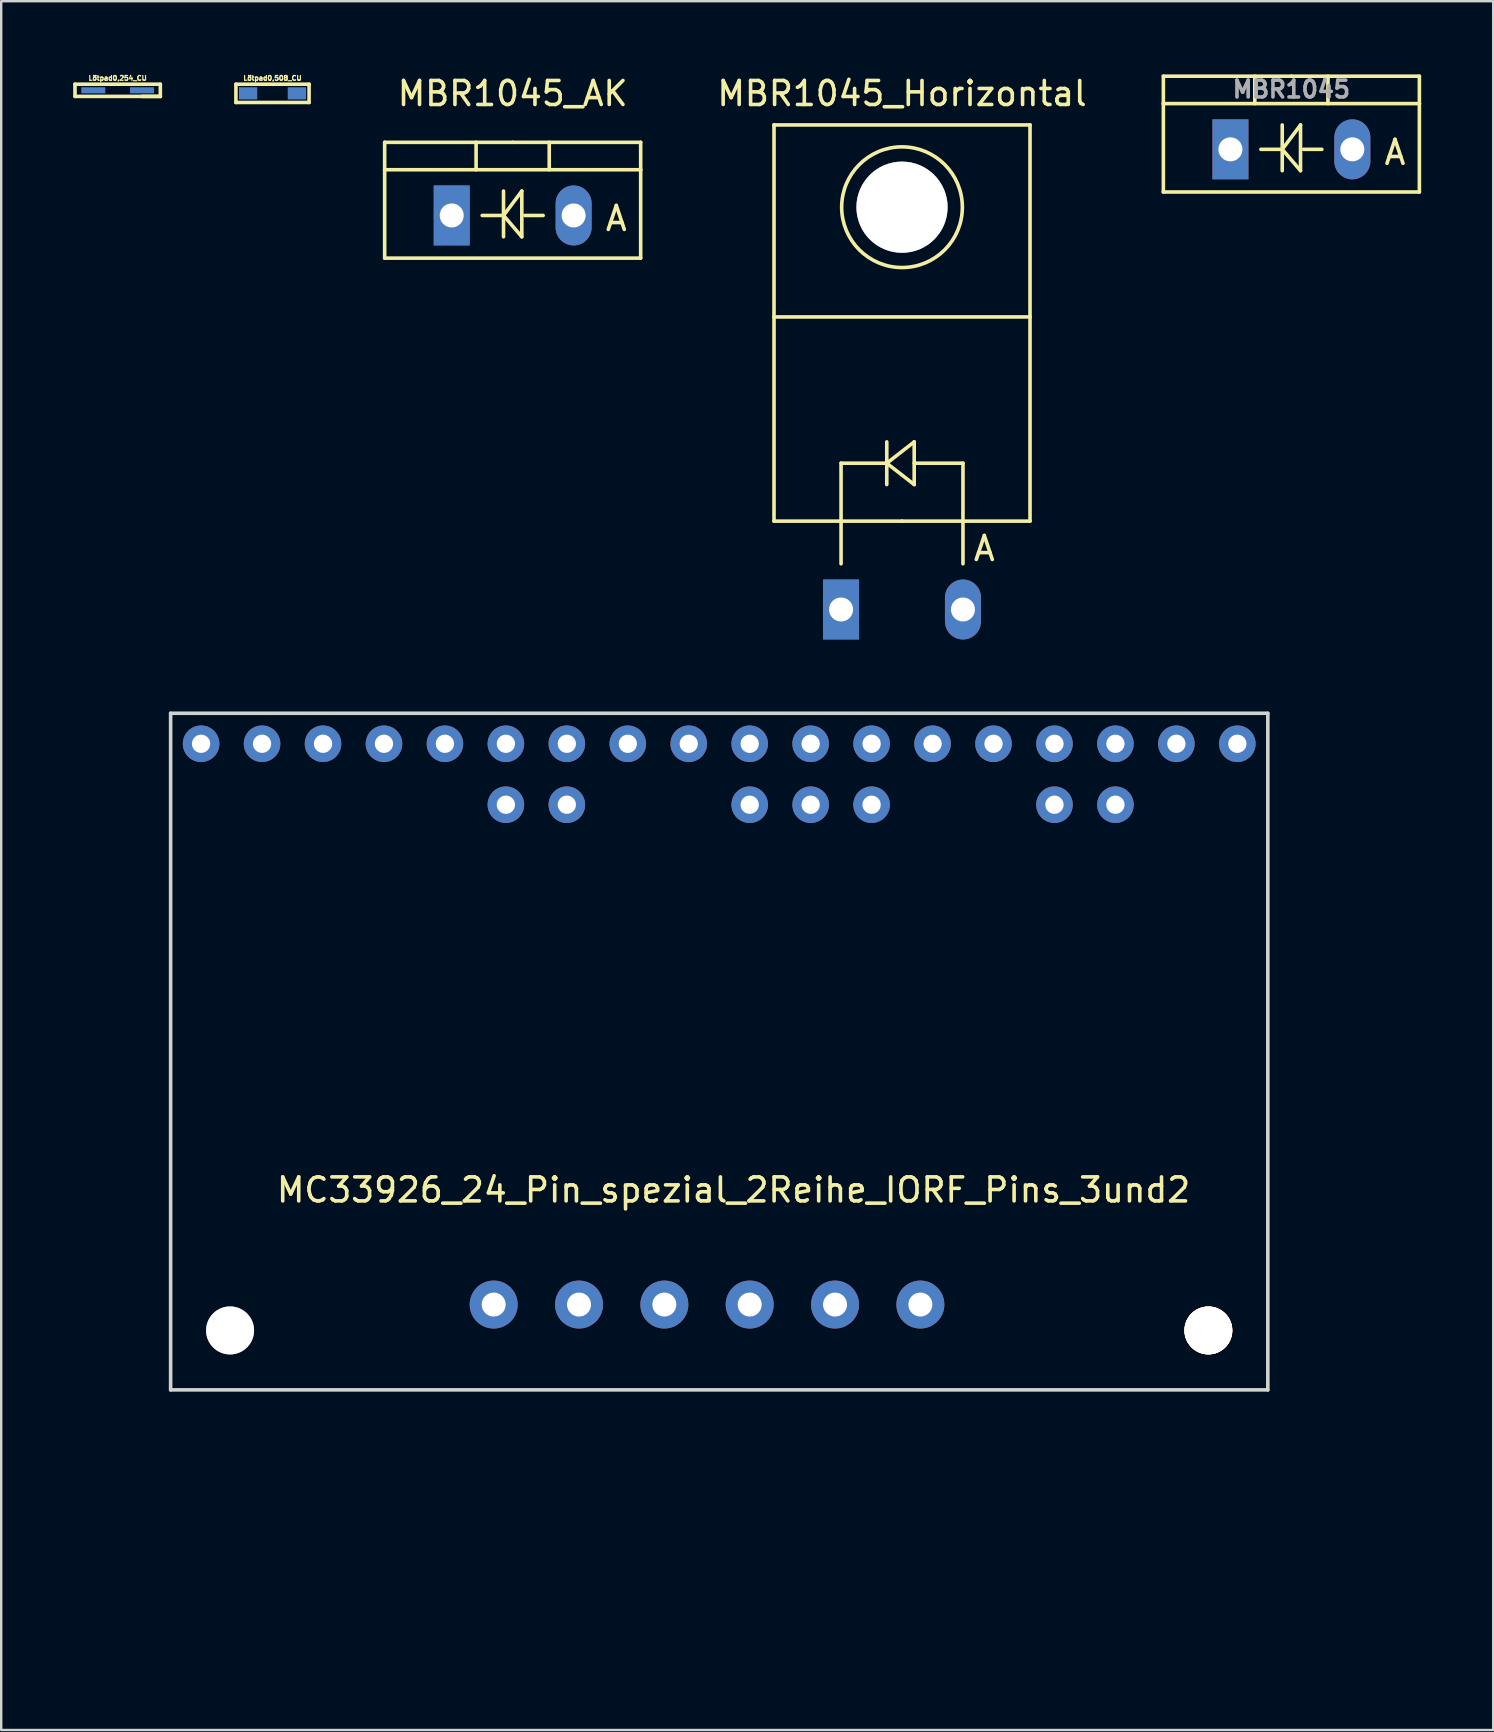
<source format=kicad_pcb>
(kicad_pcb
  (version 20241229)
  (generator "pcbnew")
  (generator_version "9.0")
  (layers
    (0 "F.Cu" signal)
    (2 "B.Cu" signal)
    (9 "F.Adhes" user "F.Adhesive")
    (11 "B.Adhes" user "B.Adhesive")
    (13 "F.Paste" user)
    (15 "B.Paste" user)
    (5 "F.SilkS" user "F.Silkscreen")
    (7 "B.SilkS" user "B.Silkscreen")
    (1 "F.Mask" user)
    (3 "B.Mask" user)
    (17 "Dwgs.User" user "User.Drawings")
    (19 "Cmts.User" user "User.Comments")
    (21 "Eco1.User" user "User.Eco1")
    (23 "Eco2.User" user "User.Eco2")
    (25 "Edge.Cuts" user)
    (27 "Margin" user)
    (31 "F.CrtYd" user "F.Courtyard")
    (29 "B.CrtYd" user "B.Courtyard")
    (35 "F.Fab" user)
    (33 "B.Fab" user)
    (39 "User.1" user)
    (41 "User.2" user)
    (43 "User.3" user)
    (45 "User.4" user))
  (footprint "Lötpad0,254_CU"
    (layer "F.Cu")
    (at 1.853 0.713)
    (property "Reference" "Lötpad0,254_CU" (at 0 -0.508 0) (layer "F.SilkS") (effects (font (size 0.2 0.2) (thickness 0.05))))
    (attr through_hole)
    (fp_line (start -1.778 -0.254) (end 1.778 -0.254) (stroke (width 0.15) (type solid)) (layer "F.SilkS"))
    (fp_line (start -1.778 0.254) (end -1.778 -0.254) (stroke (width 0.15) (type solid)) (layer "F.SilkS"))
    (fp_line (start 1.778 -0.254) (end 1.778 0.254) (stroke (width 0.15) (type solid)) (layer "F.SilkS"))
    (fp_line (start 1.778 0.254) (end -1.778 0.254) (stroke (width 0.15) (type solid)) (layer "F.SilkS"))
    (fp_line (start 1.778 0.254) (end 1.016 0.254) (stroke (width 0.15) (type solid)) (layer "F.SilkS"))
    (pad "1" smd rect (at -1.016 0) (size 1 0.254) (layers "F.Mask" "B.Cu" "F.Paste"))
    (pad "2" smd rect (at 1.016 0) (size 1 0.254) (layers "F.Mask" "B.Cu" "F.Paste")))
  (footprint "MBR1045_Horizontal"
    (layer "F.Cu")
    (at 34.537 22.348)
    (property "Reference" "MBR1045_Horizontal" (at 0 -21.5 0) (layer "F.SilkS") (effects (font (size 1 1) (thickness 0.15))))
    (fp_line (start -5.334 -20.193) (end -5.334 -12.192) (stroke (width 0.15) (type solid)) (layer "F.SilkS"))
    (fp_line (start -5.334 -12.192) (end -5.334 -3.683) (stroke (width 0.15) (type solid)) (layer "F.SilkS"))
    (fp_line (start -2.54 -6.096) (end -2.54 -3.683) (stroke (width 0.15) (type solid)) (layer "F.SilkS"))
    (fp_line (start -2.54 -3.683) (end -2.54 -1.905) (stroke (width 0.15) (type solid)) (layer "F.SilkS"))
    (fp_line (start -0.635 -6.985) (end -0.635 -5.207) (stroke (width 0.15) (type solid)) (layer "F.SilkS"))
    (fp_line (start -0.635 -6.096) (end -2.54 -6.096) (stroke (width 0.15) (type solid)) (layer "F.SilkS"))
    (fp_line (start -0.635 -6.096) (end 0.508 -6.985) (stroke (width 0.15) (type solid)) (layer "F.SilkS"))
    (fp_line (start 0 -3.683) (end -5.334 -3.683) (stroke (width 0.15) (type solid)) (layer "F.SilkS"))
    (fp_line (start 0 -3.683) (end 5.334 -3.683) (stroke (width 0.15) (type solid)) (layer "F.SilkS"))
    (fp_line (start 0.508 -6.985) (end 0.508 -5.207) (stroke (width 0.15) (type solid)) (layer "F.SilkS"))
    (fp_line (start 0.508 -6.096) (end 2.54 -6.096) (stroke (width 0.15) (type solid)) (layer "F.SilkS"))
    (fp_line (start 0.508 -5.207) (end -0.635 -6.096) (stroke (width 0.15) (type solid)) (layer "F.SilkS"))
    (fp_line (start 2.54 -6.096) (end 2.54 -3.683) (stroke (width 0.15) (type solid)) (layer "F.SilkS"))
    (fp_line (start 2.54 -3.683) (end 2.54 -1.905) (stroke (width 0.15) (type solid)) (layer "F.SilkS"))
    (fp_line (start 5.334 -20.193) (end -5.334 -20.193) (stroke (width 0.15) (type solid)) (layer "F.SilkS"))
    (fp_line (start 5.334 -12.192) (end -5.334 -12.192) (stroke (width 0.15) (type solid)) (layer "F.SilkS"))
    (fp_line (start 5.334 -12.192) (end 5.334 -20.193) (stroke (width 0.15) (type solid)) (layer "F.SilkS"))
    (fp_line (start 5.334 -3.683) (end 5.334 -12.192) (stroke (width 0.15) (type solid)) (layer "F.SilkS"))
    (fp_circle (center 0 -16.764) (end 1.778 -14.986) (stroke (width 0.15) (type solid)) (fill no) (layer "F.SilkS"))
    (fp_text user "A" (at 3.429 -2.54 0) (layer "F.SilkS") (effects (font (size 1 1) (thickness 0.15))))
    (pad "1" thru_hole rect (at -2.54 0 90) (size 2.499 1.501) (drill 1.001) (layers "*.Cu" "*.Mask"))
    (pad "2" thru_hole oval (at 2.54 0 90) (size 2.499 1.501) (drill 1.001) (layers "*.Cu" "*.Mask"))
    (pad "3" thru_hole circle (at 0 -16.764 90) (size 3.8 3.8) (drill 3.8) (layers "*.Cu" "*.Mask")))
  (footprint "MC33926_24_Pin_spezial_2Reihe_IORF_Pins_3und2"
    (layer "F.Cu")
    (at 0.25 65.789)
    (property "Reference" "MC33926_24_Pin_spezial_2Reihe_IORF_Pins_3und2" (at 27.267 -19.253 0) (layer "F.SilkS") (effects (font (size 1 1) (thickness 0.15))))
    (attr through_hole)
    (fp_circle (center 47.053 -13.399) (end 47.816 -13.906) (stroke (width 0.15) (type solid)) (fill no) (layer "F.SilkS"))
    (fp_circle (center 47.053 -13.399) (end 47.816 -13.906) (stroke (width 0.15) (type solid)) (fill no) (layer "F.SilkS"))
    (fp_circle (center 47.053 -13.399) (end 47.816 -13.906) (stroke (width 0.15) (type solid)) (fill no) (layer "F.SilkS"))
    (fp_circle (center 47.053 -13.399) (end 47.816 -13.906) (stroke (width 0.15) (type solid)) (fill no) (layer "F.SilkS"))
    (fp_line (start 3.81 -39.116) (end 49.53 -39.116) (stroke (width 0.15) (type solid)) (layer "Edge.Cuts"))
    (fp_line (start 3.81 -10.922) (end 3.81 -39.116) (stroke (width 0.15) (type solid)) (layer "Edge.Cuts"))
    (fp_line (start 49.53 -39.116) (end 49.53 -10.922) (stroke (width 0.15) (type solid)) (layer "Edge.Cuts"))
    (fp_line (start 49.53 -10.922) (end 3.81 -10.922) (stroke (width 0.15) (type solid)) (layer "Edge.Cuts"))
    (pad "" thru_hole circle (at 6.287 -13.399) (size 2 2) (drill 2) (layers "*.Cu" "*.Mask"))
    (pad "" thru_hole circle (at 47.053 -13.399) (size 2 2) (drill 2) (layers "*.Cu" "*.Mask"))
    (pad "1" thru_hole circle (at 5.08 -37.846) (size 1.524 1.524) (drill 0.762) (layers "*.Cu" "*.Mask"))
    (pad "2" thru_hole circle (at 7.62 -37.846) (size 1.524 1.524) (drill 0.762) (layers "*.Cu" "*.Mask"))
    (pad "2" thru_hole circle (at 20.32 -35.306) (size 1.524 1.524) (drill 0.762) (layers "*.Cu" "*.Mask"))
    (pad "2" thru_hole circle (at 43.18 -35.306) (size 1.524 1.524) (drill 0.762) (layers "*.Cu" "*.Mask"))
    (pad "3" thru_hole circle (at 10.16 -37.846) (size 1.524 1.524) (drill 0.762) (layers "*.Cu" "*.Mask"))
    (pad "3" thru_hole circle (at 17.78 -35.306) (size 1.524 1.524) (drill 0.762) (layers "*.Cu" "*.Mask"))
    (pad "3" thru_hole circle (at 27.94 -35.306) (size 1.524 1.524) (drill 0.762) (layers "*.Cu" "*.Mask"))
    (pad "3" thru_hole circle (at 30.48 -35.306) (size 1.524 1.524) (drill 0.762) (layers "*.Cu" "*.Mask"))
    (pad "3" thru_hole circle (at 33.02 -35.306) (size 1.524 1.524) (drill 0.762) (layers "*.Cu" "*.Mask"))
    (pad "3" thru_hole circle (at 40.64 -35.306) (size 1.524 1.524) (drill 0.762) (layers "*.Cu" "*.Mask"))
    (pad "4" thru_hole circle (at 12.7 -37.846) (size 1.524 1.524) (drill 0.762) (layers "*.Cu" "*.Mask"))
    (pad "5" thru_hole circle (at 15.24 -37.846) (size 1.524 1.524) (drill 0.762) (layers "*.Cu" "*.Mask"))
    (pad "6" thru_hole circle (at 17.78 -37.846) (size 1.524 1.524) (drill 0.762) (layers "*.Cu" "*.Mask"))
    (pad "7" thru_hole circle (at 20.32 -37.846) (size 1.524 1.524) (drill 0.762) (layers "*.Cu" "*.Mask"))
    (pad "8" thru_hole circle (at 22.86 -37.846) (size 1.524 1.524) (drill 0.762) (layers "*.Cu" "*.Mask"))
    (pad "9" thru_hole circle (at 25.4 -37.846) (size 1.524 1.524) (drill 0.762) (layers "*.Cu" "*.Mask"))
    (pad "10" thru_hole circle (at 27.94 -37.846) (size 1.524 1.524) (drill 0.762) (layers "*.Cu" "*.Mask"))
    (pad "11" thru_hole circle (at 30.48 -37.846) (size 1.524 1.524) (drill 0.762) (layers "*.Cu" "*.Mask"))
    (pad "12" thru_hole circle (at 33.02 -37.846) (size 1.524 1.524) (drill 0.762) (layers "*.Cu" "*.Mask"))
    (pad "13" thru_hole circle (at 35.56 -37.846) (size 1.524 1.524) (drill 0.762) (layers "*.Cu" "*.Mask"))
    (pad "14" thru_hole circle (at 38.1 -37.846) (size 1.524 1.524) (drill 0.762) (layers "*.Cu" "*.Mask"))
    (pad "15" thru_hole circle (at 40.64 -37.846) (size 1.524 1.524) (drill 0.762) (layers "*.Cu" "*.Mask"))
    (pad "16" thru_hole circle (at 43.18 -37.846) (size 1.524 1.524) (drill 0.762) (layers "*.Cu" "*.Mask"))
    (pad "17" thru_hole circle (at 45.72 -37.846) (size 1.524 1.524) (drill 0.762) (layers "*.Cu" "*.Mask"))
    (pad "18" thru_hole circle (at 48.26 -37.846) (size 1.524 1.524) (drill 0.762) (layers "*.Cu" "*.Mask"))
    (pad "19" thru_hole circle (at 17.272 -14.478) (size 2 2) (drill 1) (layers "*.Cu" "*.Mask"))
    (pad "20" thru_hole circle (at 20.828 -14.478) (size 2 2) (drill 1) (layers "*.Cu" "*.Mask"))
    (pad "21" thru_hole circle (at 24.384 -14.478) (size 2 2) (drill 1) (layers "*.Cu" "*.Mask"))
    (pad "22" thru_hole circle (at 27.94 -14.478) (size 2 2) (drill 1) (layers "*.Cu" "*.Mask"))
    (pad "23" thru_hole circle (at 31.496 -14.478) (size 2 2) (drill 1) (layers "*.Cu" "*.Mask"))
    (pad "24" thru_hole circle (at 35.052 -14.478) (size 2 2) (drill 1) (layers "*.Cu" "*.Mask")))
  (footprint "MBR1045"
    (layer "F.Cu")
    (at 50.762 3.173)
    (property "Reference" "MBR1045" (at 0 -2.5 0) (layer "F.Fab") (effects (font (size 0.7 0.7) (thickness 0.15))))
    (fp_line (start -5.334 -1.905) (end -5.334 -3.048) (stroke (width 0.15) (type solid)) (layer "F.SilkS"))
    (fp_line (start -5.334 1.778) (end -5.334 -1.905) (stroke (width 0.15) (type solid)) (layer "F.SilkS"))
    (fp_line (start -1.524 -3.048) (end -1.524 -1.905) (stroke (width 0.15) (type solid)) (layer "F.SilkS"))
    (fp_line (start -0.381 -1.016) (end -0.381 0.889) (stroke (width 0.15) (type solid)) (layer "F.SilkS"))
    (fp_line (start -0.381 0) (end -1.27 0) (stroke (width 0.15) (type solid)) (layer "F.SilkS"))
    (fp_line (start -0.381 0) (end 0.381 -1.016) (stroke (width 0.15) (type solid)) (layer "F.SilkS"))
    (fp_line (start 0 -3.048) (end -5.334 -3.048) (stroke (width 0.15) (type solid)) (layer "F.SilkS"))
    (fp_line (start 0 -3.048) (end 5.334 -3.048) (stroke (width 0.15) (type solid)) (layer "F.SilkS"))
    (fp_line (start 0.381 -1.016) (end 0.381 0.889) (stroke (width 0.15) (type solid)) (layer "F.SilkS"))
    (fp_line (start 0.381 0.889) (end -0.381 0) (stroke (width 0.15) (type solid)) (layer "F.SilkS"))
    (fp_line (start 0.508 0) (end 1.27 0) (stroke (width 0.15) (type solid)) (layer "F.SilkS"))
    (fp_line (start 1.524 -3.048) (end 1.524 -1.905) (stroke (width 0.15) (type solid)) (layer "F.SilkS"))
    (fp_line (start 5.334 -3.048) (end 5.334 -1.905) (stroke (width 0.15) (type solid)) (layer "F.SilkS"))
    (fp_line (start 5.334 -1.905) (end -5.334 -1.905) (stroke (width 0.15) (type solid)) (layer "F.SilkS"))
    (fp_line (start 5.334 -1.905) (end 5.334 1.778) (stroke (width 0.15) (type solid)) (layer "F.SilkS"))
    (fp_line (start 5.334 1.778) (end -5.334 1.778) (stroke (width 0.15) (type solid)) (layer "F.SilkS"))
    (fp_text user "A" (at 4.318 0.127 0) (layer "F.SilkS") (effects (font (size 1 1) (thickness 0.15))))
    (pad "1" thru_hole rect (at -2.54 0 90) (size 2.499 1.501) (drill 1.001) (layers "*.Cu" "*.Mask"))
    (pad "2" thru_hole oval (at 2.54 0 90) (size 2.499 1.501) (drill 1.001) (layers "*.Cu" "*.Mask")))
  (footprint "MBR1045_AK"
    (layer "F.Cu")
    (at 18.313 5.928)
    (property "Reference" "MBR1045_AK" (at 0 -5.08 0) (layer "F.SilkS") (effects (font (size 1 1) (thickness 0.15))))
    (fp_line (start -5.334 -1.905) (end -5.334 -3.048) (stroke (width 0.15) (type solid)) (layer "F.SilkS"))
    (fp_line (start -5.334 1.778) (end -5.334 -1.905) (stroke (width 0.15) (type solid)) (layer "F.SilkS"))
    (fp_line (start -1.524 -3.048) (end -1.524 -1.905) (stroke (width 0.15) (type solid)) (layer "F.SilkS"))
    (fp_line (start -0.381 -1.016) (end -0.381 0.889) (stroke (width 0.15) (type solid)) (layer "F.SilkS"))
    (fp_line (start -0.381 0) (end -1.27 0) (stroke (width 0.15) (type solid)) (layer "F.SilkS"))
    (fp_line (start -0.381 0) (end 0.381 -1.016) (stroke (width 0.15) (type solid)) (layer "F.SilkS"))
    (fp_line (start 0 -3.048) (end -5.334 -3.048) (stroke (width 0.15) (type solid)) (layer "F.SilkS"))
    (fp_line (start 0 -3.048) (end 5.334 -3.048) (stroke (width 0.15) (type solid)) (layer "F.SilkS"))
    (fp_line (start 0.381 -1.016) (end 0.381 0.889) (stroke (width 0.15) (type solid)) (layer "F.SilkS"))
    (fp_line (start 0.381 0.889) (end -0.381 0) (stroke (width 0.15) (type solid)) (layer "F.SilkS"))
    (fp_line (start 0.508 0) (end 1.27 0) (stroke (width 0.15) (type solid)) (layer "F.SilkS"))
    (fp_line (start 1.524 -3.048) (end 1.524 -1.905) (stroke (width 0.15) (type solid)) (layer "F.SilkS"))
    (fp_line (start 5.334 -3.048) (end 5.334 -1.905) (stroke (width 0.15) (type solid)) (layer "F.SilkS"))
    (fp_line (start 5.334 -1.905) (end -5.334 -1.905) (stroke (width 0.15) (type solid)) (layer "F.SilkS"))
    (fp_line (start 5.334 -1.905) (end 5.334 1.778) (stroke (width 0.15) (type solid)) (layer "F.SilkS"))
    (fp_line (start 5.334 1.778) (end -5.334 1.778) (stroke (width 0.15) (type solid)) (layer "F.SilkS"))
    (fp_text user "A" (at 4.318 0.127 0) (layer "F.SilkS") (effects (font (size 1 1) (thickness 0.15))))
    (pad "A" thru_hole oval (at 2.54 0 90) (size 2.499 1.501) (drill 1.001) (layers "*.Cu" "*.Mask"))
    (pad "K" thru_hole rect (at -2.54 0 90) (size 2.499 1.501) (drill 1.001) (layers "*.Cu" "*.Mask")))
  (footprint "Lötpad0,508_CU"
    (layer "F.Cu")
    (at 8.305 0.84)
    (property "Reference" "Lötpad0,508_CU" (at 0 -0.635 0) (layer "F.SilkS") (effects (font (size 0.2 0.2) (thickness 0.05))))
    (attr through_hole)
    (fp_line (start -1.524 -0.381) (end -1.524 0.381) (stroke (width 0.15) (type solid)) (layer "F.SilkS"))
    (fp_line (start -1.524 0.381) (end 1.524 0.381) (stroke (width 0.15) (type solid)) (layer "F.SilkS"))
    (fp_line (start 1.524 -0.381) (end -1.524 -0.381) (stroke (width 0.15) (type solid)) (layer "F.SilkS"))
    (fp_line (start 1.524 0.381) (end 1.524 -0.381) (stroke (width 0.15) (type solid)) (layer "F.SilkS"))
    (pad "1" smd rect (at -1.016 0) (size 0.762 0.508) (layers "F.Mask" "B.Cu" "F.Paste"))
    (pad "2" smd rect (at 1.016 0) (size 0.762 0.508) (layers "F.Mask" "B.Cu" "F.Paste")))
  (gr_rect
    (start -3 -3)
    (end 59.171 69.039)
    (stroke (width 0.1) (type default))
    (fill no)
    (layer "Edge.Cuts")))
</source>
